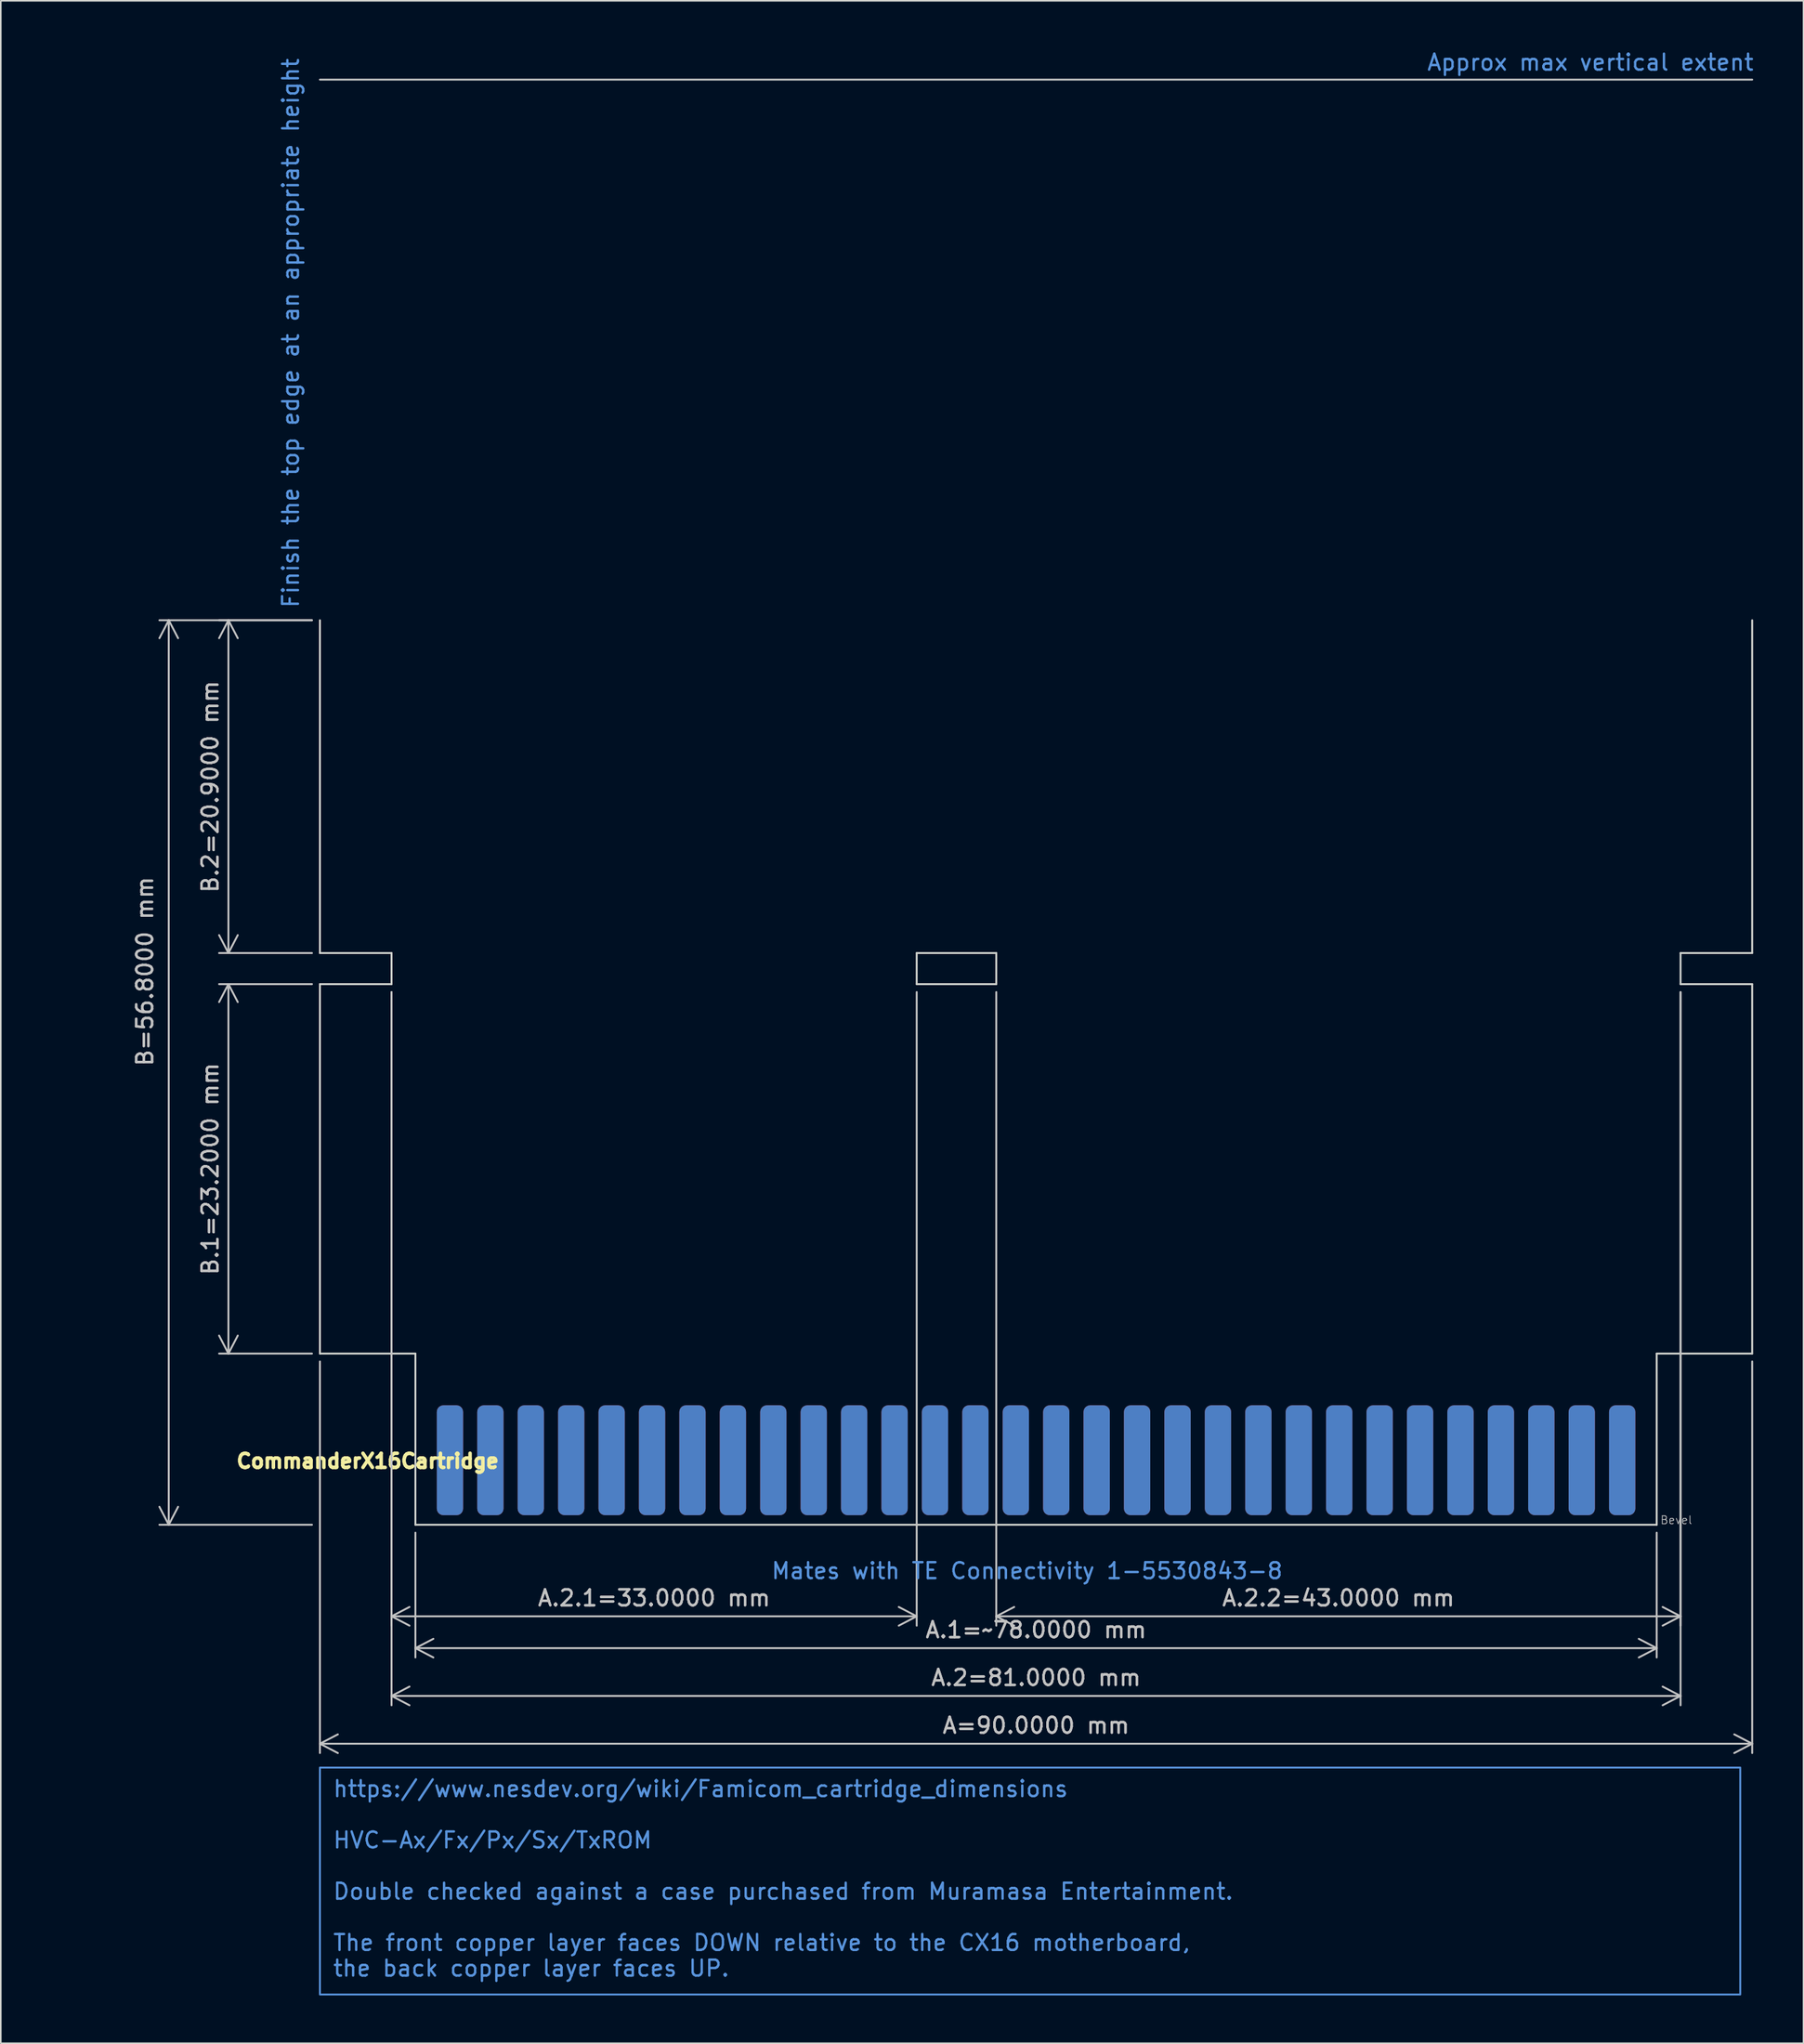
<source format=kicad_pcb>
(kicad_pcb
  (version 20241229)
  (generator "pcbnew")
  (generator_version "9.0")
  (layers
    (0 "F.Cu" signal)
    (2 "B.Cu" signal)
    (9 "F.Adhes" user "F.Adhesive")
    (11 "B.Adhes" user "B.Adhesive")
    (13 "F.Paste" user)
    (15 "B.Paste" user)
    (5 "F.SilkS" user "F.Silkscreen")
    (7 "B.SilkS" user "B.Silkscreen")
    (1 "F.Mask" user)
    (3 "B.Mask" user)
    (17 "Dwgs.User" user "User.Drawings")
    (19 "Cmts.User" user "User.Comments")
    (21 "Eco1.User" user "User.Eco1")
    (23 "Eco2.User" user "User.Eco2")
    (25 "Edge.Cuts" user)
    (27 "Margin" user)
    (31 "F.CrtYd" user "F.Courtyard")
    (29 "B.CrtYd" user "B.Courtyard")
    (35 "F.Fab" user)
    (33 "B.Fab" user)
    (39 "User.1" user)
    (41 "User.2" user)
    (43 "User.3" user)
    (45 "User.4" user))
  (footprint "CommanderX16Cartridge"
    (layer "F.Cu")
    (at 62.054 88.7)
    (property "Reference" "CommanderX16Cartridge" (at -42 0 0) (layer "F.SilkS") (effects (font (size 0.889 0.889) (thickness 0.222))))
    (attr exclude_from_pos_files exclude_from_bom allow_missing_courtyard dnp)
    (fp_line (start 45 -86.75) (end -45 -86.75) (stroke (width 0.12) (type default)) (layer "Dwgs.User"))
    (fp_line (start -45 -52.8) (end -45 -31.9) (stroke (width 0.12) (type default)) (layer "Edge.Cuts"))
    (fp_line (start -45 -31.9) (end -40.5 -31.9) (stroke (width 0.12) (type default)) (layer "Edge.Cuts"))
    (fp_line (start -45 -29.95) (end -40.5 -29.95) (stroke (width 0.12) (type default)) (layer "Edge.Cuts"))
    (fp_line (start -45 -6.75) (end -45 -29.95) (stroke (width 0.12) (type default)) (layer "Edge.Cuts"))
    (fp_line (start -40.5 -31.9) (end -40.5 -29.95) (stroke (width 0.12) (type default)) (layer "Edge.Cuts"))
    (fp_line (start -39 -6.75) (end -45 -6.75) (stroke (width 0.12) (type default)) (layer "Edge.Cuts"))
    (fp_line (start -39 -6.75) (end -39 4) (stroke (width 0.12) (type default)) (layer "Edge.Cuts"))
    (fp_line (start -39 4) (end 39 4) (stroke (width 0.12) (type default)) (layer "Edge.Cuts"))
    (fp_line (start -7.5 -31.9) (end -7.5 -29.95) (stroke (width 0.12) (type default)) (layer "Edge.Cuts"))
    (fp_line (start -7.5 -31.9) (end -2.5 -31.9) (stroke (width 0.12) (type default)) (layer "Edge.Cuts"))
    (fp_line (start -2.5 -31.9) (end -2.5 -29.95) (stroke (width 0.12) (type default)) (layer "Edge.Cuts"))
    (fp_line (start -2.5 -29.95) (end -7.5 -29.95) (stroke (width 0.12) (type default)) (layer "Edge.Cuts"))
    (fp_line (start 39 -6.75) (end 45 -6.75) (stroke (width 0.12) (type default)) (layer "Edge.Cuts"))
    (fp_line (start 39 4) (end 39 -6.75) (stroke (width 0.12) (type default)) (layer "Edge.Cuts"))
    (fp_line (start 40.5 -31.9) (end 40.5 -29.95) (stroke (width 0.12) (type default)) (layer "Edge.Cuts"))
    (fp_line (start 40.5 -31.9) (end 45 -31.9) (stroke (width 0.12) (type default)) (layer "Edge.Cuts"))
    (fp_line (start 40.5 -29.95) (end 45 -29.95) (stroke (width 0.12) (type default)) (layer "Edge.Cuts"))
    (fp_line (start 45 -52.8) (end 45 -31.9) (stroke (width 0.12) (type default)) (layer "Edge.Cuts"))
    (fp_line (start 45 -6.75) (end 45 -29.95) (stroke (width 0.12) (type default)) (layer "Edge.Cuts"))
    (fp_text user "Bevel" (at 39.2 4 0) (unlocked yes) (layer "Dwgs.User") (effects (font (size 0.5 0.5) (thickness 0.05)) (justify left bottom)))
    (fp_text user "Finish the top edge at an appropriate height" (at -46.25 -53.5 90) (unlocked yes) (layer "Cmts.User") (effects (font (size 1 1) (thickness 0.15)) (justify left bottom)))
    (fp_text user "Mates with TE Connectivity 1-5530843-8" (at -16.71 7.48 0) (unlocked yes) (layer "Cmts.User") (effects (font (size 1 1) (thickness 0.15)) (justify left bottom)))
    (fp_text user "Approx max vertical extent" (at 24.5 -87.25 0) (unlocked yes) (layer "Cmts.User") (effects (font (size 1 1) (thickness 0.15)) (justify left bottom)))
    (fp_text_box "https://www.nesdev.org/wiki/Famicom_cartridge_dimensions\n\nHVC-Ax/Fx/Px/Sx/TxROM\n\nDouble checked against a case purchased from Muramasa Entertainment.\n\nThe front copper layer faces DOWN relative to the CX16 motherboard,\nthe back copper layer faces UP." (start -45 19.25) (end 44.25 33.5) (margins 0.81 0.81 0.81 0.81) (layer "Cmts.User") (effects (font (size 1 1) (thickness 0.15)) (justify left top)) (border yes) (stroke (width 0.12) (type solid)))
    (dimension (type aligned) (layer "Dwgs.User") (pts (xy 17.054 56.8) (xy 17.054 35.9)) (height -5.75) (format (prefix "B.2=") (suffix "") (units 3) (units_format 1) (precision 4)) (style (thickness 0.12) (arrow_length 1.27) (text_position_mode 0) (arrow_direction outward) (extension_height 0.586) (extension_offset 0.5) (keep_text_aligned yes)) (gr_text "B.2=20.9000 mm" (at 10.154 46.35 90) (layer "Dwgs.User") (effects (font (size 1 1) (thickness 0.15)))))
    (dimension (type aligned) (layer "Dwgs.User") (pts (xy 17.054 92.7) (xy 17.054 35.9)) (height -9.5) (format (prefix "B=") (suffix "") (units 3) (units_format 1) (precision 4)) (style (thickness 0.12) (arrow_length 1.27) (text_position_mode 2) (arrow_direction outward) (extension_height 0.586) (extension_offset 0.5) (keep_text_aligned yes)) (gr_text "B=56.8000 mm" (at 6.054 57.95 90) (layer "Dwgs.User") (effects (font (size 1 1) (thickness 0.15)))))
    (dimension (type aligned) (layer "Dwgs.User") (pts (xy 23.054 92.7) (xy 101.054 92.7)) (height 7.75) (format (prefix "A.1=~") (suffix "") (units 3) (units_format 1) (precision 4)) (style (thickness 0.12) (arrow_length 1.27) (text_position_mode 0) (arrow_direction outward) (extension_height 0.586) (extension_offset 0.5) (keep_text_aligned yes)) (gr_text "A.1=~78.0000 mm" (at 62.054 99.3 0) (layer "Dwgs.User") (effects (font (size 1 1) (thickness 0.15)))))
    (dimension (type aligned) (layer "Dwgs.User") (pts (xy 59.554 58.75) (xy 102.554 58.75)) (height 39.7) (format (prefix "A.2.2=") (suffix "") (units 3) (units_format 1) (precision 4)) (style (thickness 0.12) (arrow_length 1.27) (text_position_mode 0) (arrow_direction outward) (extension_height 0.586) (extension_offset 0.5) (keep_text_aligned yes)) (gr_text "A.2.2=43.0000 mm" (at 81.054 97.3 0) (layer "Dwgs.User") (effects (font (size 1 1) (thickness 0.15)))))
    (dimension (type aligned) (layer "Dwgs.User") (pts (xy 21.554 58.75) (xy 102.554 58.75)) (height 44.7) (format (prefix "A.2=") (suffix "") (units 3) (units_format 1) (precision 4)) (style (thickness 0.12) (arrow_length 1.27) (text_position_mode 0) (arrow_direction outward) (extension_height 0.586) (extension_offset 0.5) (keep_text_aligned yes)) (gr_text "A.2=81.0000 mm" (at 62.054 102.3 0) (layer "Dwgs.User") (effects (font (size 1 1) (thickness 0.15)))))
    (dimension (type aligned) (layer "Dwgs.User") (pts (xy 17.054 81.95) (xy 17.054 58.75)) (height -5.75) (format (prefix "B.1=") (suffix "") (units 3) (units_format 1) (precision 4)) (style (thickness 0.12) (arrow_length 1.27) (text_position_mode 0) (arrow_direction outward) (extension_height 0.586) (extension_offset 0.5) (keep_text_aligned yes)) (gr_text "B.1=23.2000 mm" (at 10.154 70.35 90) (layer "Dwgs.User") (effects (font (size 1 1) (thickness 0.15)))))
    (dimension (type aligned) (layer "Dwgs.User") (pts (xy 21.554 58.75) (xy 54.554 58.75)) (height 39.7) (format (prefix "A.2.1=") (suffix "") (units 3) (units_format 1) (precision 4)) (style (thickness 0.12) (arrow_length 1.27) (text_position_mode 0) (arrow_direction outward) (extension_height 0.586) (extension_offset 0.5) (keep_text_aligned yes)) (gr_text "A.2.1=33.0000 mm" (at 38.054 97.3 0) (layer "Dwgs.User") (effects (font (size 1 1) (thickness 0.15)))))
    (dimension (type aligned) (layer "Dwgs.User") (pts (xy 17.054 81.95) (xy 107.054 81.95)) (height 24.5) (format (prefix "A=") (suffix "") (units 3) (units_format 1) (precision 4)) (style (thickness 0.12) (arrow_length 1.27) (text_position_mode 0) (arrow_direction outward) (extension_height 0.586) (extension_offset 0.5) (keep_text_aligned yes)) (gr_text "A=90.0000 mm" (at 62.054 105.3 0) (layer "Dwgs.User") (effects (font (size 1 1) (thickness 0.15)))))
    (pad "1" connect roundrect (at -36.83 -0.05) (size 1.651 6.9) (layers "F.Cu" "F.Mask") (roundrect_rratio 0.25))
    (pad "2" connect roundrect (at -36.83 -0.05 180) (size 1.651 6.9) (layers "B.Cu" "B.Mask") (roundrect_rratio 0.25))
    (pad "3" connect roundrect (at -34.29 -0.05) (size 1.651 6.9) (layers "F.Cu" "F.Mask") (roundrect_rratio 0.25))
    (pad "4" connect roundrect (at -34.29 -0.05 180) (size 1.651 6.9) (layers "B.Cu" "B.Mask") (roundrect_rratio 0.25))
    (pad "5" connect roundrect (at -31.75 -0.05) (size 1.651 6.9) (layers "F.Cu" "F.Mask") (roundrect_rratio 0.25))
    (pad "6" connect roundrect (at -31.75 -0.05 180) (size 1.651 6.9) (layers "B.Cu" "B.Mask") (roundrect_rratio 0.25))
    (pad "7" connect roundrect (at -29.21 -0.05) (size 1.651 6.9) (layers "F.Cu" "F.Mask") (roundrect_rratio 0.25))
    (pad "8" connect roundrect (at -29.21 -0.05 180) (size 1.651 6.9) (layers "B.Cu" "B.Mask") (roundrect_rratio 0.25))
    (pad "9" connect roundrect (at -26.67 -0.05) (size 1.651 6.9) (layers "F.Cu" "F.Mask") (roundrect_rratio 0.25))
    (pad "10" connect roundrect (at -26.67 -0.05 180) (size 1.651 6.9) (layers "B.Cu" "B.Mask") (roundrect_rratio 0.25))
    (pad "11" connect roundrect (at -24.13 -0.05) (size 1.651 6.9) (layers "F.Cu" "F.Mask") (roundrect_rratio 0.25))
    (pad "12" connect roundrect (at -24.13 -0.05 180) (size 1.651 6.9) (layers "B.Cu" "B.Mask") (roundrect_rratio 0.25))
    (pad "13" connect roundrect (at -21.59 -0.05) (size 1.651 6.9) (layers "F.Cu" "F.Mask") (roundrect_rratio 0.25))
    (pad "14" connect roundrect (at -21.59 -0.05 180) (size 1.651 6.9) (layers "B.Cu" "B.Mask") (roundrect_rratio 0.25))
    (pad "15" connect roundrect (at -19.05 -0.05) (size 1.651 6.9) (layers "F.Cu" "F.Mask") (roundrect_rratio 0.25))
    (pad "16" connect roundrect (at -19.05 -0.05 180) (size 1.651 6.9) (layers "B.Cu" "B.Mask") (roundrect_rratio 0.25))
    (pad "17" connect roundrect (at -16.51 -0.05) (size 1.651 6.9) (layers "F.Cu" "F.Mask") (roundrect_rratio 0.25))
    (pad "18" connect roundrect (at -16.51 -0.05 180) (size 1.651 6.9) (layers "B.Cu" "B.Mask") (roundrect_rratio 0.25))
    (pad "19" connect roundrect (at -13.97 -0.05) (size 1.651 6.9) (layers "F.Cu" "F.Mask") (roundrect_rratio 0.25))
    (pad "20" connect roundrect (at -13.97 -0.05 180) (size 1.651 6.9) (layers "B.Cu" "B.Mask") (roundrect_rratio 0.25))
    (pad "21" connect roundrect (at -11.43 -0.05) (size 1.651 6.9) (layers "F.Cu" "F.Mask") (roundrect_rratio 0.25))
    (pad "22" connect roundrect (at -11.43 -0.05 180) (size 1.651 6.9) (layers "B.Cu" "B.Mask") (roundrect_rratio 0.25))
    (pad "23" connect roundrect (at -8.89 -0.05) (size 1.651 6.9) (layers "F.Cu" "F.Mask") (roundrect_rratio 0.25))
    (pad "24" connect roundrect (at -8.89 -0.05 180) (size 1.651 6.9) (layers "B.Cu" "B.Mask") (roundrect_rratio 0.25))
    (pad "25" connect roundrect (at -6.35 -0.05) (size 1.651 6.9) (layers "F.Cu" "F.Mask") (roundrect_rratio 0.25))
    (pad "26" connect roundrect (at -6.35 -0.05 180) (size 1.651 6.9) (layers "B.Cu" "B.Mask") (roundrect_rratio 0.25))
    (pad "27" connect roundrect (at -3.81 -0.05) (size 1.651 6.9) (layers "F.Cu" "F.Mask") (roundrect_rratio 0.25))
    (pad "28" connect roundrect (at -3.81 -0.05 180) (size 1.651 6.9) (layers "B.Cu" "B.Mask") (roundrect_rratio 0.25))
    (pad "29" connect roundrect (at -1.27 -0.05) (size 1.651 6.9) (layers "F.Cu" "F.Mask") (roundrect_rratio 0.25))
    (pad "30" connect roundrect (at -1.27 -0.05 180) (size 1.651 6.9) (layers "B.Cu" "B.Mask") (roundrect_rratio 0.25))
    (pad "31" connect roundrect (at 1.27 -0.05) (size 1.651 6.9) (layers "F.Cu" "F.Mask") (roundrect_rratio 0.25))
    (pad "32" connect roundrect (at 1.27 -0.05 180) (size 1.651 6.9) (layers "B.Cu" "B.Mask") (roundrect_rratio 0.25))
    (pad "33" connect roundrect (at 3.81 -0.05) (size 1.651 6.9) (layers "F.Cu" "F.Mask") (roundrect_rratio 0.25))
    (pad "34" connect roundrect (at 3.81 -0.05 180) (size 1.651 6.9) (layers "B.Cu" "B.Mask") (roundrect_rratio 0.25))
    (pad "35" connect roundrect (at 6.35 -0.05) (size 1.651 6.9) (layers "F.Cu" "F.Mask") (roundrect_rratio 0.25))
    (pad "36" connect roundrect (at 6.35 -0.05 180) (size 1.651 6.9) (layers "B.Cu" "B.Mask") (roundrect_rratio 0.25))
    (pad "37" connect roundrect (at 8.89 -0.05) (size 1.651 6.9) (layers "F.Cu" "F.Mask") (roundrect_rratio 0.25))
    (pad "38" connect roundrect (at 8.89 -0.05 180) (size 1.651 6.9) (layers "B.Cu" "B.Mask") (roundrect_rratio 0.25))
    (pad "39" connect roundrect (at 11.43 -0.05) (size 1.651 6.9) (layers "F.Cu" "F.Mask") (roundrect_rratio 0.25))
    (pad "40" connect roundrect (at 11.43 -0.05 180) (size 1.651 6.9) (layers "B.Cu" "B.Mask") (roundrect_rratio 0.25))
    (pad "41" connect roundrect (at 13.97 -0.05) (size 1.651 6.9) (layers "F.Cu" "F.Mask") (roundrect_rratio 0.25))
    (pad "42" connect roundrect (at 13.97 -0.05 180) (size 1.651 6.9) (layers "B.Cu" "B.Mask") (roundrect_rratio 0.25))
    (pad "43" connect roundrect (at 16.51 -0.05) (size 1.651 6.9) (layers "F.Cu" "F.Mask") (roundrect_rratio 0.25))
    (pad "44" connect roundrect (at 16.51 -0.05 180) (size 1.651 6.9) (layers "B.Cu" "B.Mask") (roundrect_rratio 0.25))
    (pad "45" connect roundrect (at 19.05 -0.05) (size 1.651 6.9) (layers "F.Cu" "F.Mask") (roundrect_rratio 0.25))
    (pad "46" connect roundrect (at 19.05 -0.05 180) (size 1.651 6.9) (layers "B.Cu" "B.Mask") (roundrect_rratio 0.25))
    (pad "47" connect roundrect (at 21.59 -0.05) (size 1.651 6.9) (layers "F.Cu" "F.Mask") (roundrect_rratio 0.25))
    (pad "48" connect roundrect (at 21.59 -0.05 180) (size 1.651 6.9) (layers "B.Cu" "B.Mask") (roundrect_rratio 0.25))
    (pad "49" connect roundrect (at 24.13 -0.05) (size 1.651 6.9) (layers "F.Cu" "F.Mask") (roundrect_rratio 0.25))
    (pad "50" connect roundrect (at 24.13 -0.05 180) (size 1.651 6.9) (layers "B.Cu" "B.Mask") (roundrect_rratio 0.25))
    (pad "51" connect roundrect (at 26.67 -0.05) (size 1.651 6.9) (layers "F.Cu" "F.Mask") (roundrect_rratio 0.25))
    (pad "52" connect roundrect (at 26.67 -0.05 180) (size 1.651 6.9) (layers "B.Cu" "B.Mask") (roundrect_rratio 0.25))
    (pad "53" connect roundrect (at 29.21 -0.05) (size 1.651 6.9) (layers "F.Cu" "F.Mask") (roundrect_rratio 0.25))
    (pad "54" connect roundrect (at 29.21 -0.05 180) (size 1.651 6.9) (layers "B.Cu" "B.Mask") (roundrect_rratio 0.25))
    (pad "55" connect roundrect (at 31.75 -0.05) (size 1.651 6.9) (layers "F.Cu" "F.Mask") (roundrect_rratio 0.25))
    (pad "56" connect roundrect (at 31.75 -0.05 180) (size 1.651 6.9) (layers "B.Cu" "B.Mask") (roundrect_rratio 0.25))
    (pad "57" connect roundrect (at 34.29 -0.05) (size 1.651 6.9) (layers "F.Cu" "F.Mask") (roundrect_rratio 0.25))
    (pad "58" connect roundrect (at 34.29 -0.05 180) (size 1.651 6.9) (layers "B.Cu" "B.Mask") (roundrect_rratio 0.25))
    (pad "59" connect roundrect (at 36.83 -0.05) (size 1.651 6.9) (layers "F.Cu" "F.Mask") (roundrect_rratio 0.25))
    (pad "60" connect roundrect (at 36.83 -0.05 180) (size 1.651 6.9) (layers "B.Cu" "B.Mask") (roundrect_rratio 0.25))
    (zone (net_name "") (layer "F.Cu") (name "Retention pin") (hatch full 0.5) (connect_pads) (min_thickness 0.25) (filled_areas_thickness no) (keepout (tracks allowed) (vias allowed) (pads allowed) (copperpour allowed) (footprints not_allowed)) (placement (enabled no)) (fill) (polygon (pts (xy 28.804 58.2) (xy 31.304 58.2) (xy 31.304 60.7) (xy 28.804 60.7))))
    (zone (net_name "") (layer "F.Cu") (name "Retention pin") (hatch full 0.5) (connect_pads) (min_thickness 0.25) (filled_areas_thickness no) (keepout (tracks allowed) (vias allowed) (pads allowed) (copperpour allowed) (footprints not_allowed)) (placement (enabled no)) (fill) (polygon (pts (xy 92.804 58.2) (xy 95.304 58.2) (xy 95.304 60.7) (xy 92.804 60.7))))
    (zone (net_name "") (layers "F.Cu" "B.Cu") (name "PCB clamping area") (hatch full 0.5) (connect_pads) (min_thickness 0.25) (filled_areas_thickness no) (keepout (tracks allowed) (vias allowed) (pads allowed) (copperpour allowed) (footprints not_allowed)) (placement (enabled no)) (fill) (polygon (pts (xy 23.054 81.95) (xy 101.054 81.95) (xy 101.054 85.2) (xy 23.054 85.2))))
    (zone (net_name "") (layers "F.Cu" "B.Cu" "F.SilkS" "B.SilkS" "F.Adhes" "B.Adhes" "F.Paste" "B.Paste") (name "Bevel routing area") (hatch edge 0.5) (connect_pads) (min_thickness 0.25) (filled_areas_thickness no) (keepout (tracks not_allowed) (vias not_allowed) (pads not_allowed) (copperpour not_allowed) (footprints not_allowed)) (placement (enabled no)) (fill) (polygon (pts (xy 23.054 92.1) (xy 23.054 92.7) (xy 101.054 92.7) (xy 101.054 92.1))))
    (zone (net_name "") (layer "B.Cu") (name "Mounting peg") (hatch full 0.5) (connect_pads) (min_thickness 0.25) (filled_areas_thickness no) (keepout (tracks allowed) (vias allowed) (pads allowed) (copperpour allowed) (footprints not_allowed)) (placement (enabled no)) (fill) (polygon (pts (xy 17.054 54.7) (xy 21.554 54.7) (xy 21.554 61.7) (xy 17.054 61.7))))
    (zone (net_name "") (layer "B.Cu") (name "Mounting peg") (hatch full 0.5) (connect_pads) (min_thickness 0.25) (filled_areas_thickness no) (keepout (tracks allowed) (vias allowed) (pads allowed) (copperpour allowed) (footprints not_allowed)) (placement (enabled no)) (fill) (polygon (pts (xy 21.554 2.7) (xy 21.554 4.7) (xy 17.054 4.7) (xy 17.054 2.7))))
    (zone (net_name "") (layer "B.Cu") (name "Mounting peg") (hatch full 0.5) (connect_pads) (min_thickness 0.25) (filled_areas_thickness no) (keepout (tracks allowed) (vias allowed) (pads allowed) (copperpour allowed) (footprints not_allowed)) (placement (enabled no)) (fill) (polygon (pts (xy 21.554 79.95) (xy 21.554 81.95) (xy 17.054 81.95) (xy 17.054 79.95))))
    (zone (net_name "") (layer "B.Cu") (name "Mounting peg") (hatch full 0.5) (connect_pads) (min_thickness 0.25) (filled_areas_thickness no) (keepout (tracks allowed) (vias allowed) (pads allowed) (copperpour allowed) (footprints not_allowed)) (placement (enabled no)) (fill) (polygon (pts (xy 54.554 54.7) (xy 59.554 54.7) (xy 59.554 61.7) (xy 54.554 61.7))))
    (zone (net_name "") (layer "B.Cu") (name "Retention pin") (hatch full 0.5) (connect_pads) (min_thickness 0.25) (filled_areas_thickness no) (keepout (tracks allowed) (vias allowed) (pads allowed) (copperpour allowed) (footprints not_allowed)) (placement (enabled no)) (fill) (polygon (pts (xy 60.554 35.2) (xy 63.554 35.2) (xy 63.554 38.2) (xy 60.554 38.2))))
    (zone (net_name "") (layer "B.Cu") (name "Mounting peg") (hatch full 0.5) (connect_pads) (min_thickness 0.25) (filled_areas_thickness no) (keepout (tracks allowed) (vias allowed) (pads allowed) (copperpour allowed) (footprints not_allowed)) (placement (enabled no)) (fill) (polygon (pts (xy 102.554 54.7) (xy 107.054 54.7) (xy 107.054 61.7) (xy 102.554 61.7))))
    (zone (net_name "") (layer "B.Cu") (name "Mounting peg") (hatch full 0.5) (connect_pads) (min_thickness 0.25) (filled_areas_thickness no) (keepout (tracks allowed) (vias allowed) (pads allowed) (copperpour allowed) (footprints not_allowed)) (placement (enabled no)) (fill) (polygon (pts (xy 107.054 2.7) (xy 107.054 4.7) (xy 102.554 4.7) (xy 102.554 2.7))))
    (zone (net_name "") (layer "B.Cu") (name "Mounting peg") (hatch full 0.5) (connect_pads) (min_thickness 0.25) (filled_areas_thickness no) (keepout (tracks allowed) (vias allowed) (pads allowed) (copperpour allowed) (footprints not_allowed)) (placement (enabled no)) (fill) (polygon (pts (xy 107.054 79.95) (xy 107.054 81.95) (xy 102.554 81.95) (xy 102.554 79.95)))))
  (gr_rect
    (start -3 -3)
    (end 110.28 125.26)
    (stroke (width 0.1) (type default))
    (fill no)
    (layer "Edge.Cuts")))
</source>
